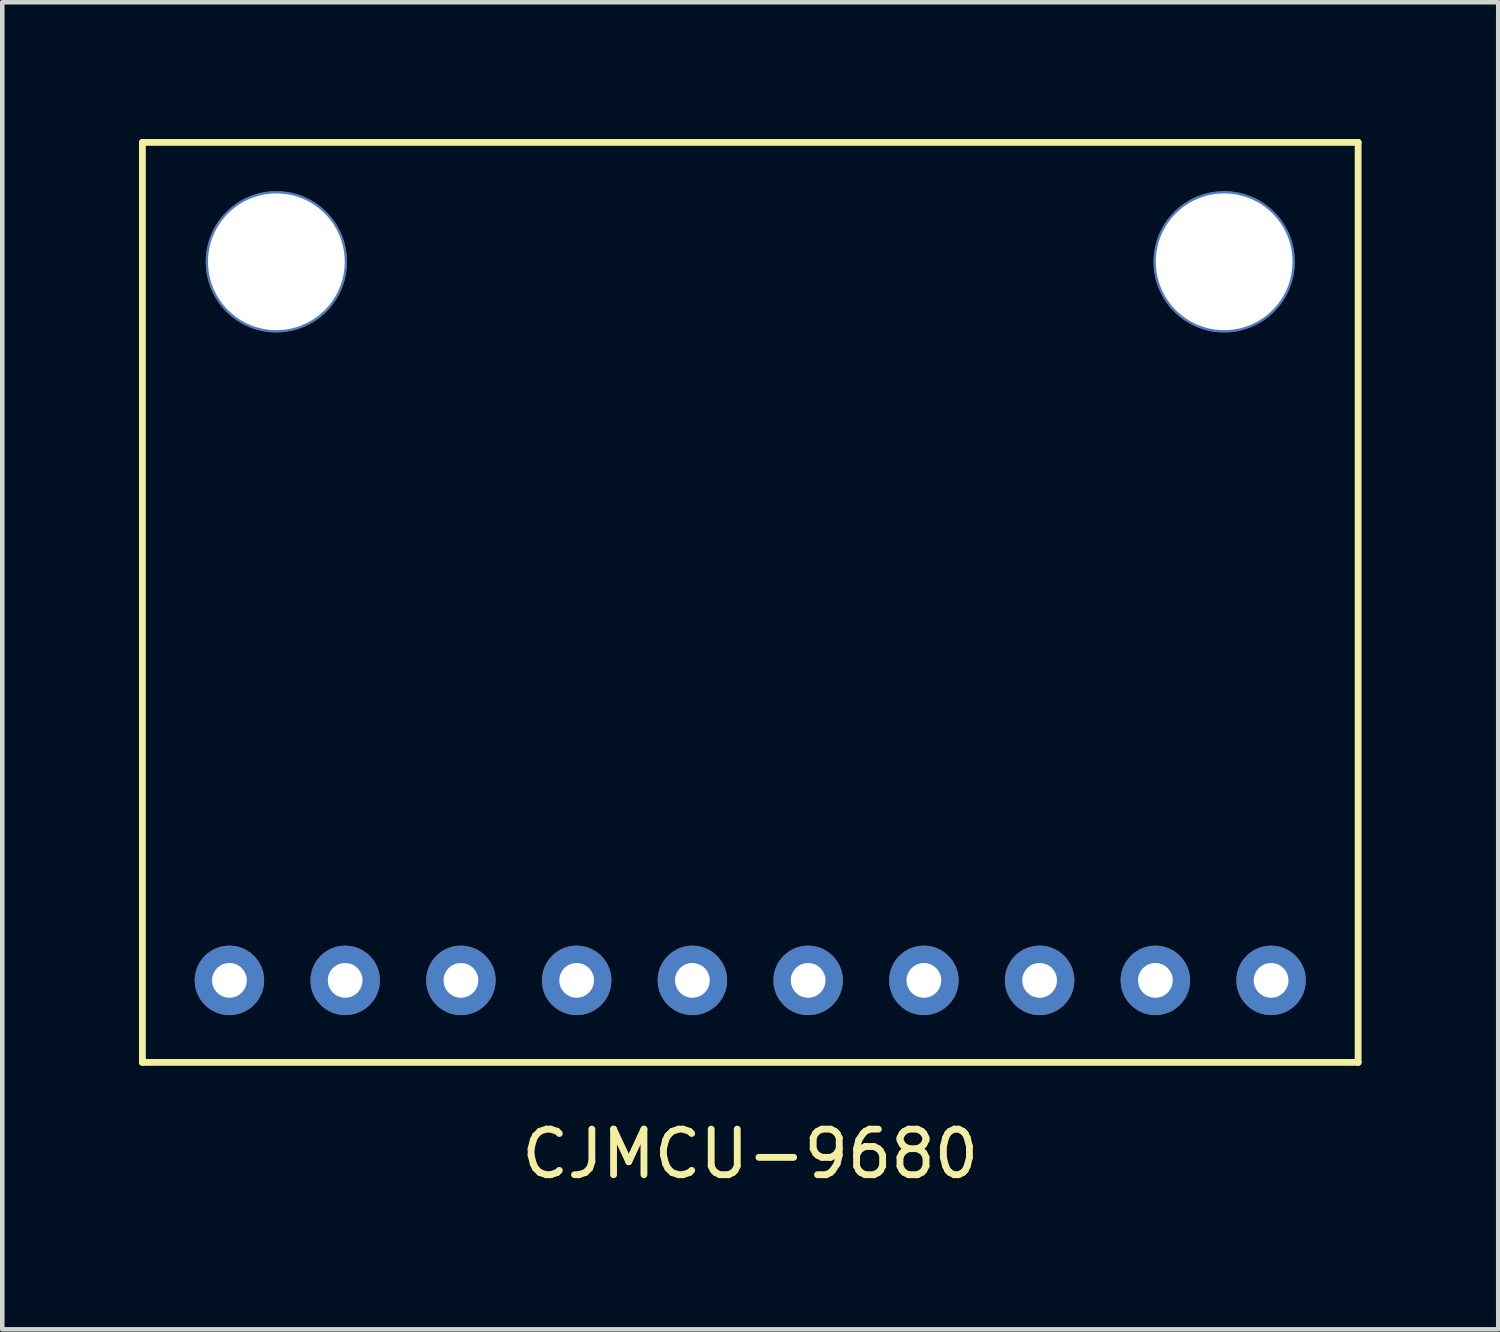
<source format=kicad_pcb>
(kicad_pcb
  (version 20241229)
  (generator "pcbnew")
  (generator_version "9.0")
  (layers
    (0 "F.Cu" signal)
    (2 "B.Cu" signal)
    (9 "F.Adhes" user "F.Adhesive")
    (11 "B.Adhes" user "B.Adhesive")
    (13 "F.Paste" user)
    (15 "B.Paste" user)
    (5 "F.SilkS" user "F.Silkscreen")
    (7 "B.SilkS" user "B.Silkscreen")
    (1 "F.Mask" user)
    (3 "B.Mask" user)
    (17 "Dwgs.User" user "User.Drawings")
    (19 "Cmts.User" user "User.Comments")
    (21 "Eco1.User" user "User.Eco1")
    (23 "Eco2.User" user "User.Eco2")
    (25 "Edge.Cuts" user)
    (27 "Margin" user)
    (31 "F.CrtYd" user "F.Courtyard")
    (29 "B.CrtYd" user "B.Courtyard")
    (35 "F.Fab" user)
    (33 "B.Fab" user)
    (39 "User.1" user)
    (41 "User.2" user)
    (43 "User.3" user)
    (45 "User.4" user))
  (footprint "CJMCU-9680"
    (layer "F.Cu")
    (at 13.415 18.465)
    (property "Reference" "CJMCU-9680" (at 0 3.81 0) (layer "F.SilkS") (effects (font (size 1 1) (thickness 0.15))))
    (attr through_hole)
    (fp_line (start -13.34 -18.39) (end -13.34 1.8) (stroke (width 0.15) (type solid)) (layer "F.SilkS"))
    (fp_line (start -13.34 -18.39) (end 13.34 -18.39) (stroke (width 0.15) (type solid)) (layer "F.SilkS"))
    (fp_line (start -13.34 1.8) (end 13.34 1.8) (stroke (width 0.15) (type solid)) (layer "F.SilkS"))
    (fp_line (start 13.34 -18.39) (end 13.34 1.8) (stroke (width 0.15) (type solid)) (layer "F.SilkS"))
    (pad "" np_thru_hole circle (at -10.4 -15.77) (size 3.1 3.1) (drill 3) (layers "*.Cu" "*.Mask"))
    (pad "" np_thru_hole circle (at 10.4 -15.77) (size 3.1 3.1) (drill 3) (layers "*.Cu" "*.Mask"))
    (pad "1" thru_hole circle (at -11.43 0) (size 1.524 1.524) (drill 0.762) (layers "*.Cu" "*.Mask"))
    (pad "2" thru_hole circle (at -8.89 0) (size 1.524 1.524) (drill 0.762) (layers "*.Cu" "*.Mask"))
    (pad "3" thru_hole circle (at -6.35 0) (size 1.524 1.524) (drill 0.762) (layers "*.Cu" "*.Mask"))
    (pad "4" thru_hole circle (at -3.81 0) (size 1.524 1.524) (drill 0.762) (layers "*.Cu" "*.Mask"))
    (pad "5" thru_hole circle (at -1.27 0) (size 1.524 1.524) (drill 0.762) (layers "*.Cu" "*.Mask"))
    (pad "6" thru_hole circle (at 1.27 0) (size 1.524 1.524) (drill 0.762) (layers "*.Cu" "*.Mask"))
    (pad "7" thru_hole circle (at 3.81 0) (size 1.524 1.524) (drill 0.762) (layers "*.Cu" "*.Mask"))
    (pad "8" thru_hole circle (at 6.35 0) (size 1.524 1.524) (drill 0.762) (layers "*.Cu" "*.Mask"))
    (pad "9" thru_hole circle (at 8.89 0) (size 1.524 1.524) (drill 0.762) (layers "*.Cu" "*.Mask"))
    (pad "10" thru_hole circle (at 11.43 0) (size 1.524 1.524) (drill 0.762) (layers "*.Cu" "*.Mask")))
  (gr_rect
    (start -3 -3)
    (end 29.83 26.123)
    (stroke (width 0.1) (type default))
    (fill no)
    (layer "Edge.Cuts")))
</source>
